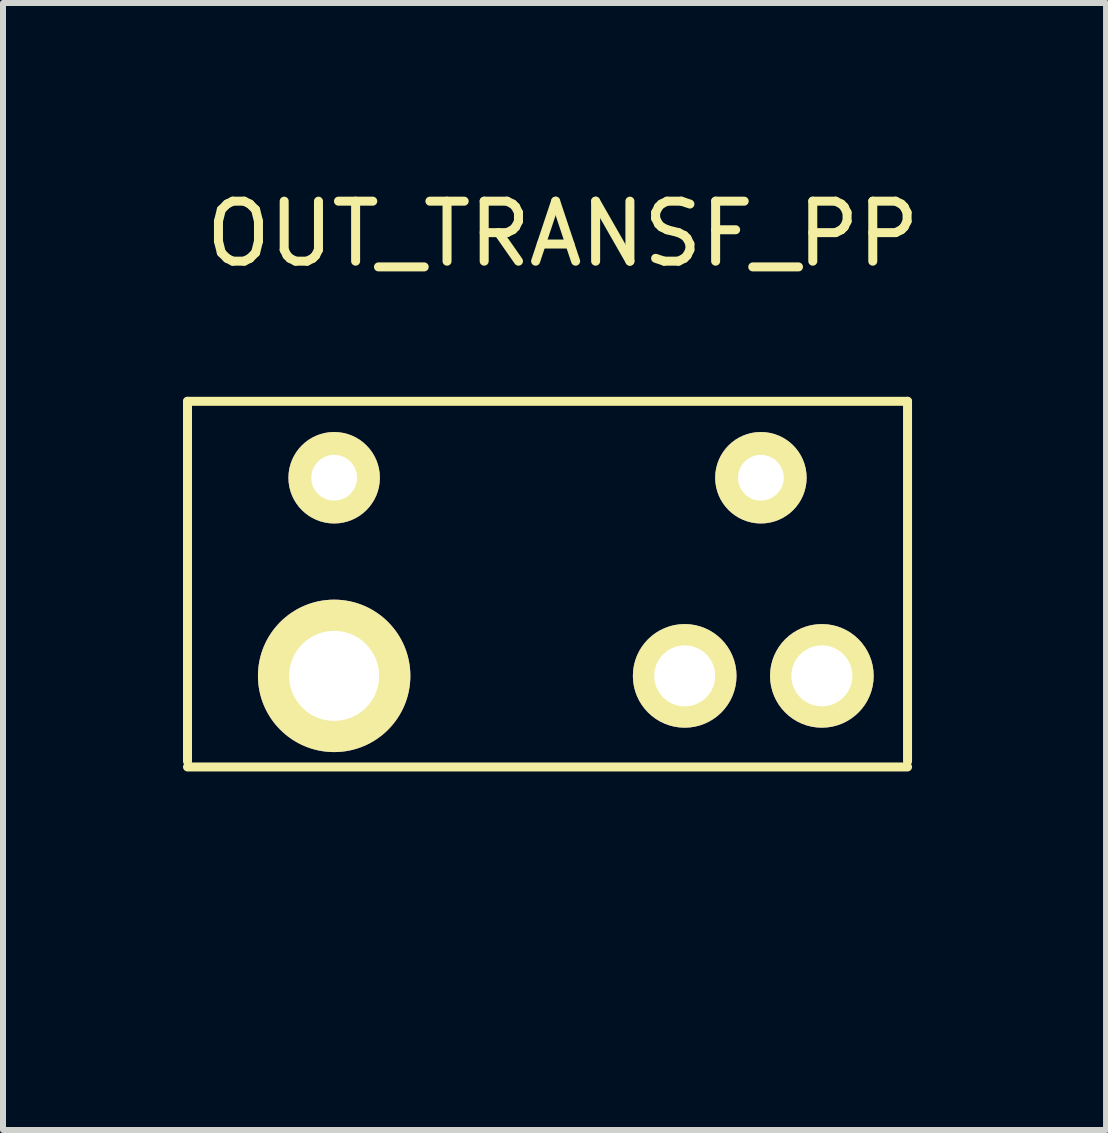
<source format=kicad_pcb>
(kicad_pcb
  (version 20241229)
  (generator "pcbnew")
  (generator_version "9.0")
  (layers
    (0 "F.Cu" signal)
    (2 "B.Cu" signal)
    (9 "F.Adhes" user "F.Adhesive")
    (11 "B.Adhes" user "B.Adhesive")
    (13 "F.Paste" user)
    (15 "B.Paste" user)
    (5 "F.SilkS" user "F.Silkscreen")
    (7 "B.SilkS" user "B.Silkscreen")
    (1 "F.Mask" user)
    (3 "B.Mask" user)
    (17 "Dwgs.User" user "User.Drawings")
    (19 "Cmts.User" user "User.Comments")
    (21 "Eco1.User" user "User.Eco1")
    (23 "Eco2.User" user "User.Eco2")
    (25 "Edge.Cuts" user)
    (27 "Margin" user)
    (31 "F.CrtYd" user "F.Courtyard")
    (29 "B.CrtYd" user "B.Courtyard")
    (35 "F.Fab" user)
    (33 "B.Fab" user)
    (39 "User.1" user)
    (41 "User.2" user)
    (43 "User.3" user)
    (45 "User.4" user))
  (footprint "OUT_TRANSF_PP"
    (layer "F.Cu")
    (at 6.075 12.532)
    (property "Reference" "OUT_TRANSF_PP" (at 0.254 -11.684 0) (layer "F.SilkS") (effects (font (size 1 1) (thickness 0.15))))
    (attr through_hole)
    (fp_line (start -6 -8.894) (end 6 -8.894) (stroke (width 0.15) (type solid)) (layer "F.SilkS"))
    (fp_line (start -6 -2.894) (end -6 -8.894) (stroke (width 0.15) (type solid)) (layer "F.SilkS"))
    (fp_line (start 6 -8.894) (end 6 -2.894) (stroke (width 0.15) (type solid)) (layer "F.SilkS"))
    (fp_line (start 6 -2.8) (end -6 -2.8) (stroke (width 0.15) (type solid)) (layer "F.SilkS"))
    (pad "1" thru_hole circle (at 2.286 -4.318) (size 1.727 1.727) (drill 1.016) (layers "*.Cu" "*.Mask" "F.SilkS"))
    (pad "2" thru_hole circle (at -3.556 -4.318) (size 2.54 2.54) (drill 1.5) (layers "*.Cu" "*.Mask" "F.SilkS"))
    (pad "3" thru_hole circle (at 4.572 -4.318) (size 1.727 1.727) (drill 1.016) (layers "*.Cu" "*.Mask" "F.SilkS"))
    (pad "4" thru_hole circle (at 3.556 -7.62) (size 1.524 1.524) (drill 0.762) (layers "*.Cu" "*.Mask" "F.SilkS"))
    (pad "5" thru_hole circle (at -3.556 -7.62) (size 1.524 1.524) (drill 0.762) (layers "*.Cu" "*.Mask" "F.SilkS")))
  (gr_rect
    (start -3 -3)
    (end 15.383 15.782)
    (stroke (width 0.1) (type default))
    (fill no)
    (layer "Edge.Cuts")))
</source>
